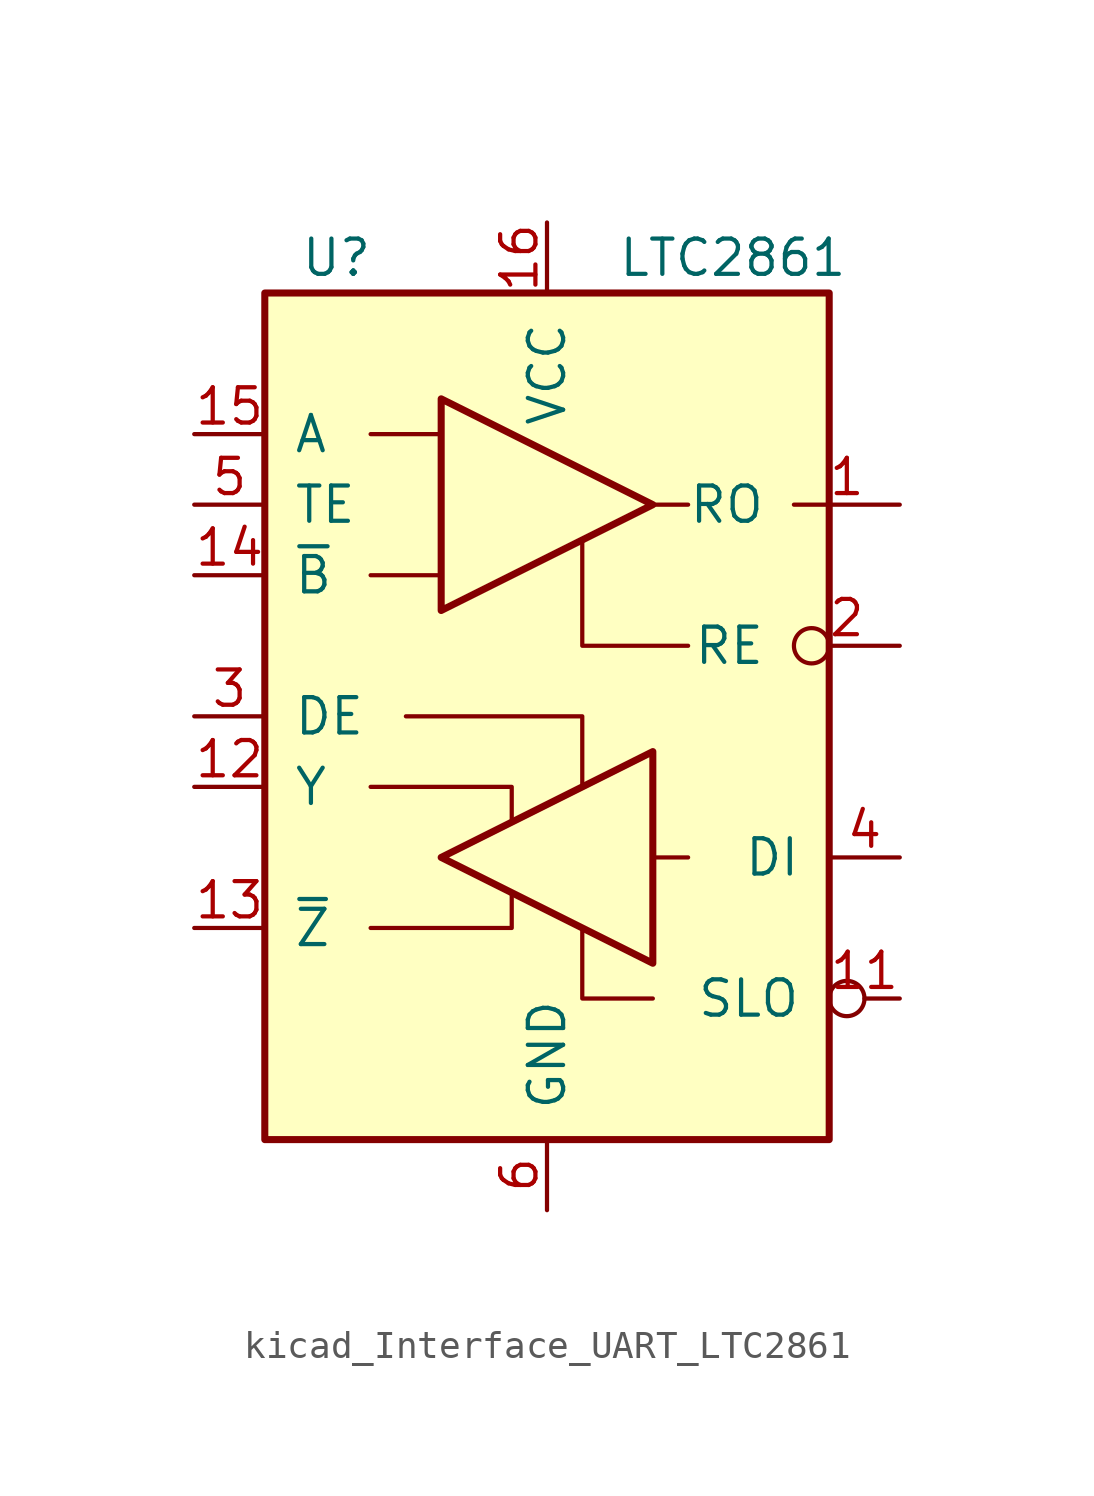
<source format=kicad_sym>
(kicad_symbol_lib
  (version 20220914)
  (generator kicad_symbol_editor)
  (symbol "kicad_Interface_UART_LTC2861"
    (pin_names
      (offset 1.016))
    (property "Reference" "U"
      (at -8.89 16.51 0)
      (effects (font (size 1.27 1.27)) (justify left)))
    (property "Value" "LTC2861"
      (at 2.54 16.51 0)
      (effects (font (size 1.27 1.27)) (justify left)))
    (symbol "kicad_Interface_UART_LTC2861_0_1"
      (rectangle (start -10.16 15.24) (end 10.16 -15.24) (stroke (width 0.254) (type default)) (fill (type background)))
      (polyline (pts (xy 3.81 7.62) (xy 5.08 7.62)) (stroke (width 0) (type default)) (fill (type none)))
      (polyline (pts (xy 5.08 -5.08) (xy 3.81 -5.08)) (stroke (width 0) (type default)) (fill (type none)))
      (polyline (pts (xy -6.35 5.08) (xy -3.81 5.08) (xy -3.81 5.08)) (stroke (width 0) (type default)) (fill (type none)))
      (polyline (pts (xy -6.35 10.16) (xy -3.81 10.16) (xy -3.81 10.16)) (stroke (width 0) (type default)) (fill (type none)))
      (polyline (pts (xy -6.35 -7.62) (xy -1.27 -7.62) (xy -1.27 -6.35) (xy -1.27 -6.35)) (stroke (width 0) (type default)) (fill (type none)))
      (polyline (pts (xy -6.35 -2.54) (xy -1.27 -2.54) (xy -1.27 -3.81) (xy -1.27 -3.81)) (stroke (width 0) (type default)) (fill (type none)))
      (polyline (pts (xy -5.08 0) (xy 1.27 0) (xy 1.27 -2.54) (xy 1.27 -2.54)) (stroke (width 0) (type default)) (fill (type none)))
      (polyline (pts (xy 1.27 6.35) (xy 1.27 2.54) (xy 2.54 2.54) (xy 5.08 2.54)) (stroke (width 0) (type default)) (fill (type none)))
      (polyline (pts (xy 3.81 -10.16) (xy 1.27 -10.16) (xy 1.27 -7.62) (xy 1.27 -7.62)) (stroke (width 0) (type default)) (fill (type none)))
      (polyline (pts (xy -3.81 11.43) (xy -3.81 3.81) (xy 3.81 7.62) (xy -3.81 11.43) (xy -3.81 11.43)) (stroke (width 0.254) (type default)) (fill (type none)))
      (polyline (pts (xy 3.81 -1.27) (xy 3.81 -8.89) (xy -3.81 -5.08) (xy 3.81 -1.27) (xy 3.81 -1.27)) (stroke (width 0.254) (type default)) (fill (type none))))
    (symbol "kicad_Interface_UART_LTC2861_1_1"
      (pin output line (at 12.7 7.62 180) (length 3.81) (name "RO" (effects (font (size 1.27 1.27)))) (number "1" (effects (font (size 1.27 1.27)))))
      (pin input inverted (at 12.7 -10.16 180) (length 2.54) (name "SLO" (effects (font (size 1.27 1.27)))) (number "11" (effects (font (size 1.27 1.27)))))
      (pin output line (at -12.7 -2.54 0) (length 2.54) (name "Y" (effects (font (size 1.27 1.27)))) (number "12" (effects (font (size 1.27 1.27)))))
      (pin output line (at -12.7 -7.62 0) (length 2.54) (name "~{Z}" (effects (font (size 1.27 1.27)))) (number "13" (effects (font (size 1.27 1.27)))))
      (pin input line (at -12.7 5.08 0) (length 2.54) (name "~{B}" (effects (font (size 1.27 1.27)))) (number "14" (effects (font (size 1.27 1.27)))))
      (pin input line (at -12.7 10.16 0) (length 2.54) (name "A" (effects (font (size 1.27 1.27)))) (number "15" (effects (font (size 1.27 1.27)))))
      (pin power_in line (at 0 17.78 270) (length 2.54) (name "VCC" (effects (font (size 1.27 1.27)))) (number "16" (effects (font (size 1.27 1.27)))))
      (pin input inverted (at 12.7 2.54 180) (length 3.81) (name "RE" (effects (font (size 1.27 1.27)))) (number "2" (effects (font (size 1.27 1.27)))))
      (pin input line (at -12.7 0 0) (length 2.54) (name "DE" (effects (font (size 1.27 1.27)))) (number "3" (effects (font (size 1.27 1.27)))))
      (pin input line (at 12.7 -5.08 180) (length 2.54) (name "DI" (effects (font (size 1.27 1.27)))) (number "4" (effects (font (size 1.27 1.27)))))
      (pin input line (at -12.7 7.62 0) (length 2.54) (name "TE" (effects (font (size 1.27 1.27)))) (number "5" (effects (font (size 1.27 1.27)))))
      (pin power_in line (at 0 -17.78 90) (length 2.54) (name "GND" (effects (font (size 1.27 1.27)))) (number "6" (effects (font (size 1.27 1.27))))))))
</source>
